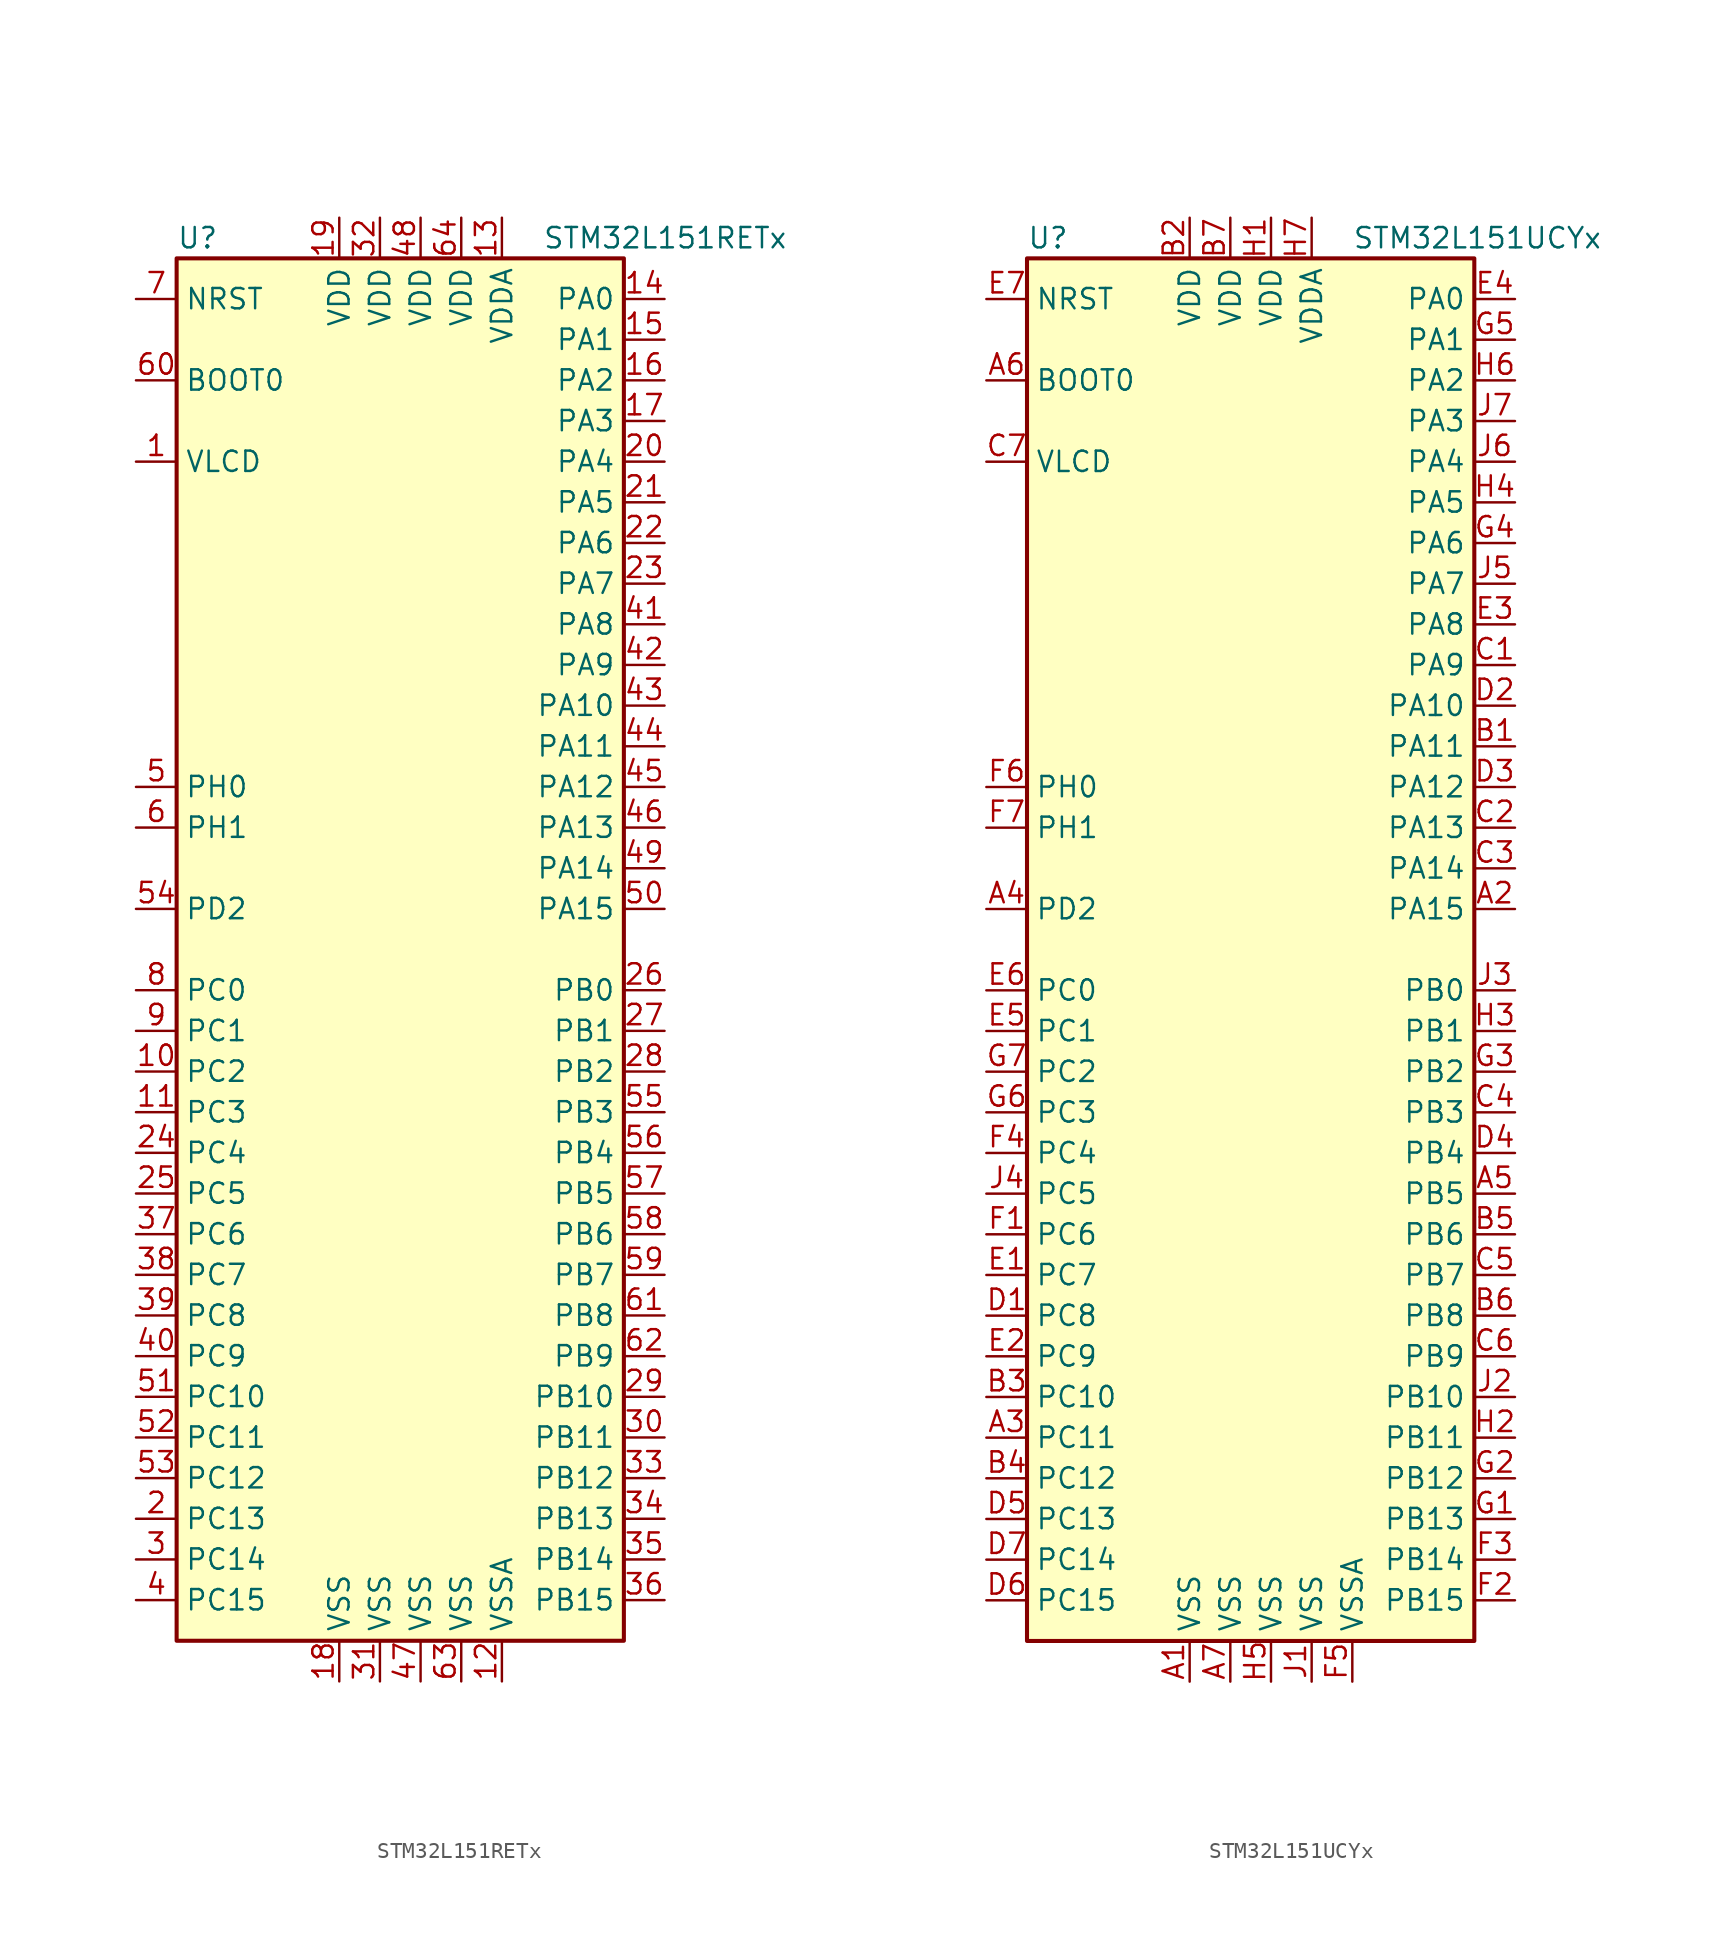
<source format=kicad_sym>
(kicad_symbol_lib
  (version 20201005)
  (generator kicad_symbol_editor)
  (symbol "MCU_ST_STM32L1:STM32L151RETx"
    (property "Reference" "U"
      (at -15.24 44.45 0)
      (effects (font (size 1.27 1.27)) (justify left)))
    (property "Value" "STM32L151RETx"
      (at 7.62 44.45 0)
      (effects (font (size 1.27 1.27)) (justify left)))
    (symbol "STM32L151RETx_0_1"
      (rectangle (start -15.24 -43.18) (end 12.7 43.18) (stroke (width 0.254)) (fill (type background))))
    (symbol "STM32L151RETx_1_1"
      (pin input line (at -17.78 35.56 0) (length 2.54) (name "BOOT0" (effects (font (size 1.27 1.27)))) (number "60" (effects (font (size 1.27 1.27)))))
      (pin input line (at -17.78 40.64 0) (length 2.54) (name "NRST" (effects (font (size 1.27 1.27)))) (number "7" (effects (font (size 1.27 1.27)))))
      (pin bidirectional line (at 15.24 40.64 180) (length 2.54) (name "PA0" (effects (font (size 1.27 1.27)))) (number "14" (effects (font (size 1.27 1.27)))))
      (pin bidirectional line (at 15.24 38.1 180) (length 2.54) (name "PA1" (effects (font (size 1.27 1.27)))) (number "15" (effects (font (size 1.27 1.27)))))
      (pin bidirectional line (at 15.24 15.24 180) (length 2.54) (name "PA10" (effects (font (size 1.27 1.27)))) (number "43" (effects (font (size 1.27 1.27)))))
      (pin bidirectional line (at 15.24 12.7 180) (length 2.54) (name "PA11" (effects (font (size 1.27 1.27)))) (number "44" (effects (font (size 1.27 1.27)))))
      (pin bidirectional line (at 15.24 10.16 180) (length 2.54) (name "PA12" (effects (font (size 1.27 1.27)))) (number "45" (effects (font (size 1.27 1.27)))))
      (pin bidirectional line (at 15.24 7.62 180) (length 2.54) (name "PA13" (effects (font (size 1.27 1.27)))) (number "46" (effects (font (size 1.27 1.27)))))
      (pin bidirectional line (at 15.24 5.08 180) (length 2.54) (name "PA14" (effects (font (size 1.27 1.27)))) (number "49" (effects (font (size 1.27 1.27)))))
      (pin bidirectional line (at 15.24 2.54 180) (length 2.54) (name "PA15" (effects (font (size 1.27 1.27)))) (number "50" (effects (font (size 1.27 1.27)))))
      (pin bidirectional line (at 15.24 35.56 180) (length 2.54) (name "PA2" (effects (font (size 1.27 1.27)))) (number "16" (effects (font (size 1.27 1.27)))))
      (pin bidirectional line (at 15.24 33.02 180) (length 2.54) (name "PA3" (effects (font (size 1.27 1.27)))) (number "17" (effects (font (size 1.27 1.27)))))
      (pin bidirectional line (at 15.24 30.48 180) (length 2.54) (name "PA4" (effects (font (size 1.27 1.27)))) (number "20" (effects (font (size 1.27 1.27)))))
      (pin bidirectional line (at 15.24 27.94 180) (length 2.54) (name "PA5" (effects (font (size 1.27 1.27)))) (number "21" (effects (font (size 1.27 1.27)))))
      (pin bidirectional line (at 15.24 25.4 180) (length 2.54) (name "PA6" (effects (font (size 1.27 1.27)))) (number "22" (effects (font (size 1.27 1.27)))))
      (pin bidirectional line (at 15.24 22.86 180) (length 2.54) (name "PA7" (effects (font (size 1.27 1.27)))) (number "23" (effects (font (size 1.27 1.27)))))
      (pin bidirectional line (at 15.24 20.32 180) (length 2.54) (name "PA8" (effects (font (size 1.27 1.27)))) (number "41" (effects (font (size 1.27 1.27)))))
      (pin bidirectional line (at 15.24 17.78 180) (length 2.54) (name "PA9" (effects (font (size 1.27 1.27)))) (number "42" (effects (font (size 1.27 1.27)))))
      (pin bidirectional line (at 15.24 -2.54 180) (length 2.54) (name "PB0" (effects (font (size 1.27 1.27)))) (number "26" (effects (font (size 1.27 1.27)))))
      (pin bidirectional line (at 15.24 -5.08 180) (length 2.54) (name "PB1" (effects (font (size 1.27 1.27)))) (number "27" (effects (font (size 1.27 1.27)))))
      (pin bidirectional line (at 15.24 -27.94 180) (length 2.54) (name "PB10" (effects (font (size 1.27 1.27)))) (number "29" (effects (font (size 1.27 1.27)))))
      (pin bidirectional line (at 15.24 -30.48 180) (length 2.54) (name "PB11" (effects (font (size 1.27 1.27)))) (number "30" (effects (font (size 1.27 1.27)))))
      (pin bidirectional line (at 15.24 -33.02 180) (length 2.54) (name "PB12" (effects (font (size 1.27 1.27)))) (number "33" (effects (font (size 1.27 1.27)))))
      (pin bidirectional line (at 15.24 -35.56 180) (length 2.54) (name "PB13" (effects (font (size 1.27 1.27)))) (number "34" (effects (font (size 1.27 1.27)))))
      (pin bidirectional line (at 15.24 -38.1 180) (length 2.54) (name "PB14" (effects (font (size 1.27 1.27)))) (number "35" (effects (font (size 1.27 1.27)))))
      (pin bidirectional line (at 15.24 -40.64 180) (length 2.54) (name "PB15" (effects (font (size 1.27 1.27)))) (number "36" (effects (font (size 1.27 1.27)))))
      (pin bidirectional line (at 15.24 -7.62 180) (length 2.54) (name "PB2" (effects (font (size 1.27 1.27)))) (number "28" (effects (font (size 1.27 1.27)))))
      (pin bidirectional line (at 15.24 -10.16 180) (length 2.54) (name "PB3" (effects (font (size 1.27 1.27)))) (number "55" (effects (font (size 1.27 1.27)))))
      (pin bidirectional line (at 15.24 -12.7 180) (length 2.54) (name "PB4" (effects (font (size 1.27 1.27)))) (number "56" (effects (font (size 1.27 1.27)))))
      (pin bidirectional line (at 15.24 -15.24 180) (length 2.54) (name "PB5" (effects (font (size 1.27 1.27)))) (number "57" (effects (font (size 1.27 1.27)))))
      (pin bidirectional line (at 15.24 -17.78 180) (length 2.54) (name "PB6" (effects (font (size 1.27 1.27)))) (number "58" (effects (font (size 1.27 1.27)))))
      (pin bidirectional line (at 15.24 -20.32 180) (length 2.54) (name "PB7" (effects (font (size 1.27 1.27)))) (number "59" (effects (font (size 1.27 1.27)))))
      (pin bidirectional line (at 15.24 -22.86 180) (length 2.54) (name "PB8" (effects (font (size 1.27 1.27)))) (number "61" (effects (font (size 1.27 1.27)))))
      (pin bidirectional line (at 15.24 -25.4 180) (length 2.54) (name "PB9" (effects (font (size 1.27 1.27)))) (number "62" (effects (font (size 1.27 1.27)))))
      (pin bidirectional line (at -17.78 -2.54 0) (length 2.54) (name "PC0" (effects (font (size 1.27 1.27)))) (number "8" (effects (font (size 1.27 1.27)))))
      (pin bidirectional line (at -17.78 -5.08 0) (length 2.54) (name "PC1" (effects (font (size 1.27 1.27)))) (number "9" (effects (font (size 1.27 1.27)))))
      (pin bidirectional line (at -17.78 -27.94 0) (length 2.54) (name "PC10" (effects (font (size 1.27 1.27)))) (number "51" (effects (font (size 1.27 1.27)))))
      (pin bidirectional line (at -17.78 -30.48 0) (length 2.54) (name "PC11" (effects (font (size 1.27 1.27)))) (number "52" (effects (font (size 1.27 1.27)))))
      (pin bidirectional line (at -17.78 -33.02 0) (length 2.54) (name "PC12" (effects (font (size 1.27 1.27)))) (number "53" (effects (font (size 1.27 1.27)))))
      (pin bidirectional line (at -17.78 -35.56 0) (length 2.54) (name "PC13" (effects (font (size 1.27 1.27)))) (number "2" (effects (font (size 1.27 1.27)))))
      (pin bidirectional line (at -17.78 -38.1 0) (length 2.54) (name "PC14" (effects (font (size 1.27 1.27)))) (number "3" (effects (font (size 1.27 1.27)))))
      (pin bidirectional line (at -17.78 -40.64 0) (length 2.54) (name "PC15" (effects (font (size 1.27 1.27)))) (number "4" (effects (font (size 1.27 1.27)))))
      (pin bidirectional line (at -17.78 -7.62 0) (length 2.54) (name "PC2" (effects (font (size 1.27 1.27)))) (number "10" (effects (font (size 1.27 1.27)))))
      (pin bidirectional line (at -17.78 -10.16 0) (length 2.54) (name "PC3" (effects (font (size 1.27 1.27)))) (number "11" (effects (font (size 1.27 1.27)))))
      (pin bidirectional line (at -17.78 -12.7 0) (length 2.54) (name "PC4" (effects (font (size 1.27 1.27)))) (number "24" (effects (font (size 1.27 1.27)))))
      (pin bidirectional line (at -17.78 -15.24 0) (length 2.54) (name "PC5" (effects (font (size 1.27 1.27)))) (number "25" (effects (font (size 1.27 1.27)))))
      (pin bidirectional line (at -17.78 -17.78 0) (length 2.54) (name "PC6" (effects (font (size 1.27 1.27)))) (number "37" (effects (font (size 1.27 1.27)))))
      (pin bidirectional line (at -17.78 -20.32 0) (length 2.54) (name "PC7" (effects (font (size 1.27 1.27)))) (number "38" (effects (font (size 1.27 1.27)))))
      (pin bidirectional line (at -17.78 -22.86 0) (length 2.54) (name "PC8" (effects (font (size 1.27 1.27)))) (number "39" (effects (font (size 1.27 1.27)))))
      (pin bidirectional line (at -17.78 -25.4 0) (length 2.54) (name "PC9" (effects (font (size 1.27 1.27)))) (number "40" (effects (font (size 1.27 1.27)))))
      (pin bidirectional line (at -17.78 2.54 0) (length 2.54) (name "PD2" (effects (font (size 1.27 1.27)))) (number "54" (effects (font (size 1.27 1.27)))))
      (pin input line (at -17.78 10.16 0) (length 2.54) (name "PH0" (effects (font (size 1.27 1.27)))) (number "5" (effects (font (size 1.27 1.27)))))
      (pin input line (at -17.78 7.62 0) (length 2.54) (name "PH1" (effects (font (size 1.27 1.27)))) (number "6" (effects (font (size 1.27 1.27)))))
      (pin power_in line (at -5.08 45.72 270) (length 2.54) (name "VDD" (effects (font (size 1.27 1.27)))) (number "19" (effects (font (size 1.27 1.27)))))
      (pin power_in line (at -2.54 45.72 270) (length 2.54) (name "VDD" (effects (font (size 1.27 1.27)))) (number "32" (effects (font (size 1.27 1.27)))))
      (pin power_in line (at 0 45.72 270) (length 2.54) (name "VDD" (effects (font (size 1.27 1.27)))) (number "48" (effects (font (size 1.27 1.27)))))
      (pin power_in line (at 2.54 45.72 270) (length 2.54) (name "VDD" (effects (font (size 1.27 1.27)))) (number "64" (effects (font (size 1.27 1.27)))))
      (pin power_in line (at 5.08 45.72 270) (length 2.54) (name "VDDA" (effects (font (size 1.27 1.27)))) (number "13" (effects (font (size 1.27 1.27)))))
      (pin power_in line (at -17.78 30.48 0) (length 2.54) (name "VLCD" (effects (font (size 1.27 1.27)))) (number "1" (effects (font (size 1.27 1.27)))))
      (pin power_in line (at -5.08 -45.72 90) (length 2.54) (name "VSS" (effects (font (size 1.27 1.27)))) (number "18" (effects (font (size 1.27 1.27)))))
      (pin power_in line (at -2.54 -45.72 90) (length 2.54) (name "VSS" (effects (font (size 1.27 1.27)))) (number "31" (effects (font (size 1.27 1.27)))))
      (pin power_in line (at 0 -45.72 90) (length 2.54) (name "VSS" (effects (font (size 1.27 1.27)))) (number "47" (effects (font (size 1.27 1.27)))))
      (pin power_in line (at 2.54 -45.72 90) (length 2.54) (name "VSS" (effects (font (size 1.27 1.27)))) (number "63" (effects (font (size 1.27 1.27)))))
      (pin power_in line (at 5.08 -45.72 90) (length 2.54) (name "VSSA" (effects (font (size 1.27 1.27)))) (number "12" (effects (font (size 1.27 1.27)))))))
  (symbol "MCU_ST_STM32L1:STM32L151UCYx"
    (property "Reference" "U"
      (at -15.24 44.45 0)
      (effects (font (size 1.27 1.27)) (justify left)))
    (property "Value" "STM32L151UCYx"
      (at 5.08 44.45 0)
      (effects (font (size 1.27 1.27)) (justify left)))
    (symbol "STM32L151UCYx_0_1"
      (rectangle (start -15.24 -43.18) (end 12.7 43.18) (stroke (width 0.254)) (fill (type background))))
    (symbol "STM32L151UCYx_1_1"
      (pin input line (at -17.78 35.56 0) (length 2.54) (name "BOOT0" (effects (font (size 1.27 1.27)))) (number "A6" (effects (font (size 1.27 1.27)))))
      (pin input line (at -17.78 40.64 0) (length 2.54) (name "NRST" (effects (font (size 1.27 1.27)))) (number "E7" (effects (font (size 1.27 1.27)))))
      (pin bidirectional line (at 15.24 40.64 180) (length 2.54) (name "PA0" (effects (font (size 1.27 1.27)))) (number "E4" (effects (font (size 1.27 1.27)))))
      (pin bidirectional line (at 15.24 38.1 180) (length 2.54) (name "PA1" (effects (font (size 1.27 1.27)))) (number "G5" (effects (font (size 1.27 1.27)))))
      (pin bidirectional line (at 15.24 15.24 180) (length 2.54) (name "PA10" (effects (font (size 1.27 1.27)))) (number "D2" (effects (font (size 1.27 1.27)))))
      (pin bidirectional line (at 15.24 12.7 180) (length 2.54) (name "PA11" (effects (font (size 1.27 1.27)))) (number "B1" (effects (font (size 1.27 1.27)))))
      (pin bidirectional line (at 15.24 10.16 180) (length 2.54) (name "PA12" (effects (font (size 1.27 1.27)))) (number "D3" (effects (font (size 1.27 1.27)))))
      (pin bidirectional line (at 15.24 7.62 180) (length 2.54) (name "PA13" (effects (font (size 1.27 1.27)))) (number "C2" (effects (font (size 1.27 1.27)))))
      (pin bidirectional line (at 15.24 5.08 180) (length 2.54) (name "PA14" (effects (font (size 1.27 1.27)))) (number "C3" (effects (font (size 1.27 1.27)))))
      (pin bidirectional line (at 15.24 2.54 180) (length 2.54) (name "PA15" (effects (font (size 1.27 1.27)))) (number "A2" (effects (font (size 1.27 1.27)))))
      (pin bidirectional line (at 15.24 35.56 180) (length 2.54) (name "PA2" (effects (font (size 1.27 1.27)))) (number "H6" (effects (font (size 1.27 1.27)))))
      (pin bidirectional line (at 15.24 33.02 180) (length 2.54) (name "PA3" (effects (font (size 1.27 1.27)))) (number "J7" (effects (font (size 1.27 1.27)))))
      (pin bidirectional line (at 15.24 30.48 180) (length 2.54) (name "PA4" (effects (font (size 1.27 1.27)))) (number "J6" (effects (font (size 1.27 1.27)))))
      (pin bidirectional line (at 15.24 27.94 180) (length 2.54) (name "PA5" (effects (font (size 1.27 1.27)))) (number "H4" (effects (font (size 1.27 1.27)))))
      (pin bidirectional line (at 15.24 25.4 180) (length 2.54) (name "PA6" (effects (font (size 1.27 1.27)))) (number "G4" (effects (font (size 1.27 1.27)))))
      (pin bidirectional line (at 15.24 22.86 180) (length 2.54) (name "PA7" (effects (font (size 1.27 1.27)))) (number "J5" (effects (font (size 1.27 1.27)))))
      (pin bidirectional line (at 15.24 20.32 180) (length 2.54) (name "PA8" (effects (font (size 1.27 1.27)))) (number "E3" (effects (font (size 1.27 1.27)))))
      (pin bidirectional line (at 15.24 17.78 180) (length 2.54) (name "PA9" (effects (font (size 1.27 1.27)))) (number "C1" (effects (font (size 1.27 1.27)))))
      (pin bidirectional line (at 15.24 -2.54 180) (length 2.54) (name "PB0" (effects (font (size 1.27 1.27)))) (number "J3" (effects (font (size 1.27 1.27)))))
      (pin bidirectional line (at 15.24 -5.08 180) (length 2.54) (name "PB1" (effects (font (size 1.27 1.27)))) (number "H3" (effects (font (size 1.27 1.27)))))
      (pin bidirectional line (at 15.24 -27.94 180) (length 2.54) (name "PB10" (effects (font (size 1.27 1.27)))) (number "J2" (effects (font (size 1.27 1.27)))))
      (pin bidirectional line (at 15.24 -30.48 180) (length 2.54) (name "PB11" (effects (font (size 1.27 1.27)))) (number "H2" (effects (font (size 1.27 1.27)))))
      (pin bidirectional line (at 15.24 -33.02 180) (length 2.54) (name "PB12" (effects (font (size 1.27 1.27)))) (number "G2" (effects (font (size 1.27 1.27)))))
      (pin bidirectional line (at 15.24 -35.56 180) (length 2.54) (name "PB13" (effects (font (size 1.27 1.27)))) (number "G1" (effects (font (size 1.27 1.27)))))
      (pin bidirectional line (at 15.24 -38.1 180) (length 2.54) (name "PB14" (effects (font (size 1.27 1.27)))) (number "F3" (effects (font (size 1.27 1.27)))))
      (pin bidirectional line (at 15.24 -40.64 180) (length 2.54) (name "PB15" (effects (font (size 1.27 1.27)))) (number "F2" (effects (font (size 1.27 1.27)))))
      (pin bidirectional line (at 15.24 -7.62 180) (length 2.54) (name "PB2" (effects (font (size 1.27 1.27)))) (number "G3" (effects (font (size 1.27 1.27)))))
      (pin bidirectional line (at 15.24 -10.16 180) (length 2.54) (name "PB3" (effects (font (size 1.27 1.27)))) (number "C4" (effects (font (size 1.27 1.27)))))
      (pin bidirectional line (at 15.24 -12.7 180) (length 2.54) (name "PB4" (effects (font (size 1.27 1.27)))) (number "D4" (effects (font (size 1.27 1.27)))))
      (pin bidirectional line (at 15.24 -15.24 180) (length 2.54) (name "PB5" (effects (font (size 1.27 1.27)))) (number "A5" (effects (font (size 1.27 1.27)))))
      (pin bidirectional line (at 15.24 -17.78 180) (length 2.54) (name "PB6" (effects (font (size 1.27 1.27)))) (number "B5" (effects (font (size 1.27 1.27)))))
      (pin bidirectional line (at 15.24 -20.32 180) (length 2.54) (name "PB7" (effects (font (size 1.27 1.27)))) (number "C5" (effects (font (size 1.27 1.27)))))
      (pin bidirectional line (at 15.24 -22.86 180) (length 2.54) (name "PB8" (effects (font (size 1.27 1.27)))) (number "B6" (effects (font (size 1.27 1.27)))))
      (pin bidirectional line (at 15.24 -25.4 180) (length 2.54) (name "PB9" (effects (font (size 1.27 1.27)))) (number "C6" (effects (font (size 1.27 1.27)))))
      (pin bidirectional line (at -17.78 -2.54 0) (length 2.54) (name "PC0" (effects (font (size 1.27 1.27)))) (number "E6" (effects (font (size 1.27 1.27)))))
      (pin bidirectional line (at -17.78 -5.08 0) (length 2.54) (name "PC1" (effects (font (size 1.27 1.27)))) (number "E5" (effects (font (size 1.27 1.27)))))
      (pin bidirectional line (at -17.78 -27.94 0) (length 2.54) (name "PC10" (effects (font (size 1.27 1.27)))) (number "B3" (effects (font (size 1.27 1.27)))))
      (pin bidirectional line (at -17.78 -30.48 0) (length 2.54) (name "PC11" (effects (font (size 1.27 1.27)))) (number "A3" (effects (font (size 1.27 1.27)))))
      (pin bidirectional line (at -17.78 -33.02 0) (length 2.54) (name "PC12" (effects (font (size 1.27 1.27)))) (number "B4" (effects (font (size 1.27 1.27)))))
      (pin bidirectional line (at -17.78 -35.56 0) (length 2.54) (name "PC13" (effects (font (size 1.27 1.27)))) (number "D5" (effects (font (size 1.27 1.27)))))
      (pin bidirectional line (at -17.78 -38.1 0) (length 2.54) (name "PC14" (effects (font (size 1.27 1.27)))) (number "D7" (effects (font (size 1.27 1.27)))))
      (pin bidirectional line (at -17.78 -40.64 0) (length 2.54) (name "PC15" (effects (font (size 1.27 1.27)))) (number "D6" (effects (font (size 1.27 1.27)))))
      (pin bidirectional line (at -17.78 -7.62 0) (length 2.54) (name "PC2" (effects (font (size 1.27 1.27)))) (number "G7" (effects (font (size 1.27 1.27)))))
      (pin bidirectional line (at -17.78 -10.16 0) (length 2.54) (name "PC3" (effects (font (size 1.27 1.27)))) (number "G6" (effects (font (size 1.27 1.27)))))
      (pin bidirectional line (at -17.78 -12.7 0) (length 2.54) (name "PC4" (effects (font (size 1.27 1.27)))) (number "F4" (effects (font (size 1.27 1.27)))))
      (pin bidirectional line (at -17.78 -15.24 0) (length 2.54) (name "PC5" (effects (font (size 1.27 1.27)))) (number "J4" (effects (font (size 1.27 1.27)))))
      (pin bidirectional line (at -17.78 -17.78 0) (length 2.54) (name "PC6" (effects (font (size 1.27 1.27)))) (number "F1" (effects (font (size 1.27 1.27)))))
      (pin bidirectional line (at -17.78 -20.32 0) (length 2.54) (name "PC7" (effects (font (size 1.27 1.27)))) (number "E1" (effects (font (size 1.27 1.27)))))
      (pin bidirectional line (at -17.78 -22.86 0) (length 2.54) (name "PC8" (effects (font (size 1.27 1.27)))) (number "D1" (effects (font (size 1.27 1.27)))))
      (pin bidirectional line (at -17.78 -25.4 0) (length 2.54) (name "PC9" (effects (font (size 1.27 1.27)))) (number "E2" (effects (font (size 1.27 1.27)))))
      (pin bidirectional line (at -17.78 2.54 0) (length 2.54) (name "PD2" (effects (font (size 1.27 1.27)))) (number "A4" (effects (font (size 1.27 1.27)))))
      (pin input line (at -17.78 10.16 0) (length 2.54) (name "PH0" (effects (font (size 1.27 1.27)))) (number "F6" (effects (font (size 1.27 1.27)))))
      (pin input line (at -17.78 7.62 0) (length 2.54) (name "PH1" (effects (font (size 1.27 1.27)))) (number "F7" (effects (font (size 1.27 1.27)))))
      (pin power_in line (at -5.08 45.72 270) (length 2.54) (name "VDD" (effects (font (size 1.27 1.27)))) (number "B2" (effects (font (size 1.27 1.27)))))
      (pin power_in line (at -2.54 45.72 270) (length 2.54) (name "VDD" (effects (font (size 1.27 1.27)))) (number "B7" (effects (font (size 1.27 1.27)))))
      (pin power_in line (at 0 45.72 270) (length 2.54) (name "VDD" (effects (font (size 1.27 1.27)))) (number "H1" (effects (font (size 1.27 1.27)))))
      (pin power_in line (at 2.54 45.72 270) (length 2.54) (name "VDDA" (effects (font (size 1.27 1.27)))) (number "H7" (effects (font (size 1.27 1.27)))))
      (pin power_in line (at -17.78 30.48 0) (length 2.54) (name "VLCD" (effects (font (size 1.27 1.27)))) (number "C7" (effects (font (size 1.27 1.27)))))
      (pin power_in line (at -5.08 -45.72 90) (length 2.54) (name "VSS" (effects (font (size 1.27 1.27)))) (number "A1" (effects (font (size 1.27 1.27)))))
      (pin power_in line (at -2.54 -45.72 90) (length 2.54) (name "VSS" (effects (font (size 1.27 1.27)))) (number "A7" (effects (font (size 1.27 1.27)))))
      (pin power_in line (at 0 -45.72 90) (length 2.54) (name "VSS" (effects (font (size 1.27 1.27)))) (number "H5" (effects (font (size 1.27 1.27)))))
      (pin power_in line (at 2.54 -45.72 90) (length 2.54) (name "VSS" (effects (font (size 1.27 1.27)))) (number "J1" (effects (font (size 1.27 1.27)))))
      (pin power_in line (at 5.08 -45.72 90) (length 2.54) (name "VSSA" (effects (font (size 1.27 1.27)))) (number "F5" (effects (font (size 1.27 1.27))))))))
</source>
